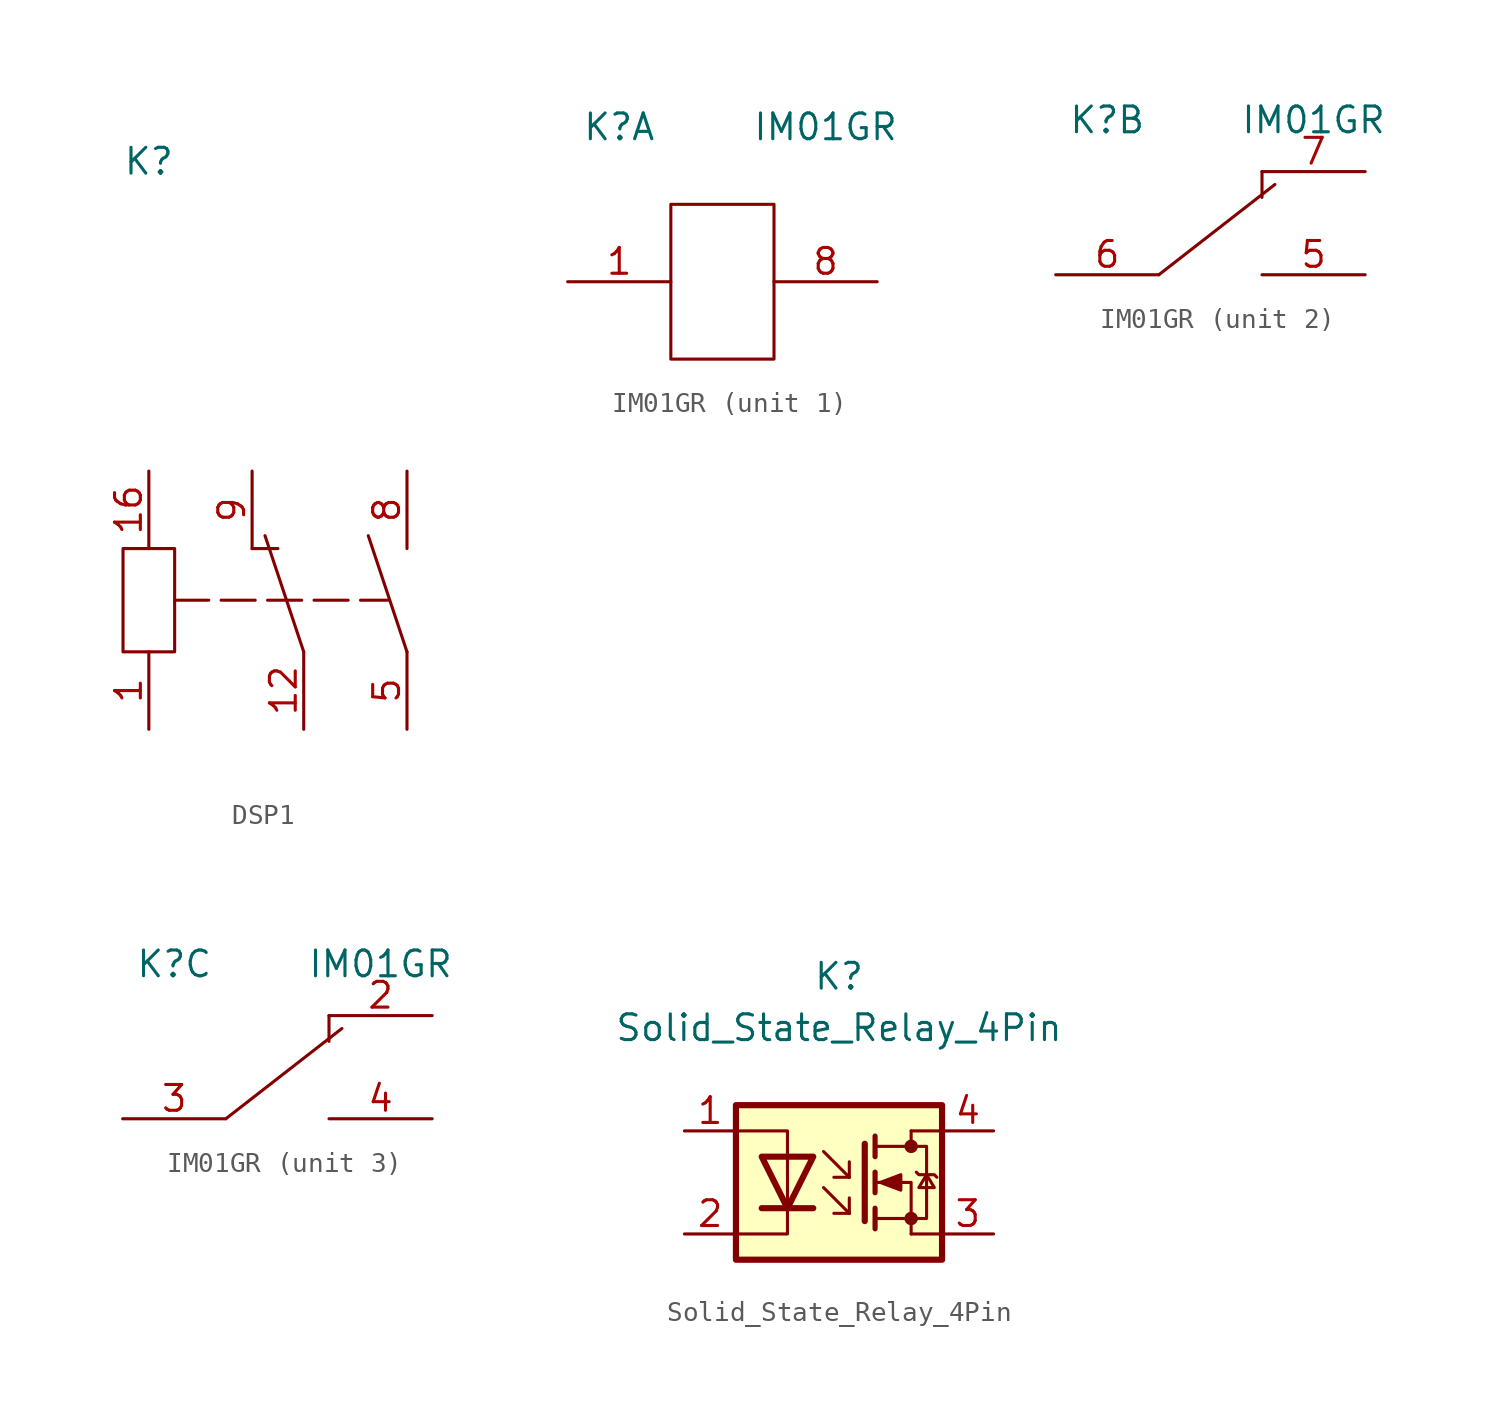
<source format=kicad_sym>
(kicad_symbol_lib
  (version 20220914)
  (generator kicad_symbol_editor)
  (symbol "DSP1"
    (pin_names
      (offset 1.016) hide)
    (property "Reference" "K"
      (at 0 20.32 0)
      (effects (font (size 1.27 1.27))))
    (property "Value" ""
      (at 0 20.32 0)
      (effects (font (size 1.27 1.27))))
    (symbol "DSP1_1_1"
      (polyline (pts (xy 1.27 -1.27) (xy 11.811 -1.27)) (stroke (width 0) (type dash)) (fill (type none)))
      (polyline (pts (xy 6.35 1.27) (xy 5.08 1.27)) (stroke (width 0) (type default)) (fill (type none)))
      (polyline (pts (xy 7.62 -3.81) (xy 5.715 1.905)) (stroke (width 0) (type default)) (fill (type none)))
      (polyline (pts (xy 12.7 -3.81) (xy 10.795 1.905)) (stroke (width 0) (type default)) (fill (type none)))
      (polyline (pts (xy -1.27 -3.81) (xy 1.27 -3.81) (xy 1.27 1.27) (xy -1.27 1.27) (xy -1.27 -3.81)) (stroke (width 0) (type default)) (fill (type none)))
      (pin passive line (at 0 -7.62 90) (length 3.81) (name "1" (effects (font (size 1.27 1.27)))) (number "1" (effects (font (size 1.27 1.27)))))
      (pin passive line (at 7.62 -7.62 90) (length 3.81) (name "12" (effects (font (size 1.27 1.27)))) (number "12" (effects (font (size 1.27 1.27)))))
      (pin passive line (at 0 5.08 270) (length 3.81) (name "16" (effects (font (size 1.27 1.27)))) (number "16" (effects (font (size 1.27 1.27)))))
      (pin passive line (at 12.7 -7.62 90) (length 3.81) (name "5" (effects (font (size 1.27 1.27)))) (number "5" (effects (font (size 1.27 1.27)))))
      (pin passive line (at 12.7 5.08 270) (length 3.81) (name "8" (effects (font (size 1.27 1.27)))) (number "8" (effects (font (size 1.27 1.27)))))
      (pin passive line (at 5.08 5.08 270) (length 3.81) (name "9" (effects (font (size 1.27 1.27)))) (number "9" (effects (font (size 1.27 1.27)))))))
  (symbol "IM01GR"
    (pin_names
      (offset 1.016) hide)
    (property "Reference" "K"
      (at 2.54 7.62 0)
      (effects (font (size 1.27 1.27))))
    (property "Value" "IM01GR"
      (at 12.7 7.62 0)
      (effects (font (size 1.27 1.27))))
    (property "ki_locked" ""
      (at 0 0 0)
      (effects (font (size 1.27 1.27))))
    (symbol "IM01GR_1_1"
      (polyline (pts (xy 5.08 3.81) (xy 5.08 -3.81) (xy 10.16 -3.81) (xy 10.16 3.81) (xy 5.08 3.81)) (stroke (width 0) (type default)) (fill (type none)))
      (pin passive line (at 0 0 0) (length 5.08) (name "1" (effects (font (size 1.27 1.27)))) (number "1" (effects (font (size 1.27 1.27)))))
      (pin passive line (at 15.24 0 180) (length 5.08) (name "8" (effects (font (size 1.27 1.27)))) (number "8" (effects (font (size 1.27 1.27))))))
    (symbol "IM01GR_2_1"
      (polyline (pts (xy 5.08 0) (xy 10.795 4.445)) (stroke (width 0) (type default)) (fill (type none)))
      (polyline (pts (xy 10.16 3.81) (xy 10.16 5.08)) (stroke (width 0) (type default)) (fill (type none)))
      (pin passive line (at 15.24 0 180) (length 5.08) (name "5" (effects (font (size 1.27 1.27)))) (number "5" (effects (font (size 1.27 1.27)))))
      (pin passive line (at 0 0 0) (length 5.08) (name "6" (effects (font (size 1.27 1.27)))) (number "6" (effects (font (size 1.27 1.27)))))
      (pin passive line (at 15.24 5.08 180) (length 5.08) (name "7" (effects (font (size 1.27 1.27)))) (number "7" (effects (font (size 1.27 1.27))))))
    (symbol "IM01GR_3_1"
      (polyline (pts (xy 5.08 0) (xy 10.795 4.445)) (stroke (width 0) (type default)) (fill (type none)))
      (polyline (pts (xy 10.16 3.81) (xy 10.16 5.08)) (stroke (width 0) (type default)) (fill (type none)))
      (pin passive line (at 15.24 5.08 180) (length 5.08) (name "2" (effects (font (size 1.27 1.27)))) (number "2" (effects (font (size 1.27 1.27)))))
      (pin passive line (at 0 0 0) (length 5.08) (name "3" (effects (font (size 1.27 1.27)))) (number "3" (effects (font (size 1.27 1.27)))))
      (pin passive line (at 15.24 0 180) (length 5.08) (name "4" (effects (font (size 1.27 1.27)))) (number "4" (effects (font (size 1.27 1.27)))))))
  (symbol "Solid_State_Relay_4Pin"
    (pin_names
      (offset 1.016) hide)
    (property "Reference" "K"
      (at 0 10.16 0)
      (effects (font (size 1.27 1.27))))
    (property "Value" "Solid_State_Relay_4Pin"
      (at 0 7.62 0)
      (effects (font (size 1.27 1.27))))
    (symbol "Solid_State_Relay_4Pin_1_1"
      (rectangle (start -5.08 3.81) (end 5.08 -3.81) (stroke (width 0.305) (type default)) (fill (type background)))
      (polyline (pts (xy -3.81 -1.27) (xy -1.27 -1.27)) (stroke (width 0.305) (type default)) (fill (type none)))
      (polyline (pts (xy -0.762 -0.254) (xy 0.508 -1.524)) (stroke (width 0) (type default)) (fill (type none)))
      (polyline (pts (xy -0.762 1.524) (xy 0.508 0.254)) (stroke (width 0) (type default)) (fill (type none)))
      (polyline (pts (xy 0.508 -1.524) (xy -0.254 -1.524)) (stroke (width 0) (type default)) (fill (type none)))
      (polyline (pts (xy 0.508 -1.524) (xy 0.508 -0.762)) (stroke (width 0) (type default)) (fill (type none)))
      (polyline (pts (xy 0.508 0.254) (xy -0.254 0.254)) (stroke (width 0) (type default)) (fill (type none)))
      (polyline (pts (xy 0.508 0.254) (xy 0.508 1.016)) (stroke (width 0) (type default)) (fill (type none)))
      (polyline (pts (xy 1.27 1.905) (xy 1.27 -1.905)) (stroke (width 0.305) (type default)) (fill (type none)))
      (polyline (pts (xy 1.778 -1.27) (xy 1.778 -2.286)) (stroke (width 0.254) (type default)) (fill (type none)))
      (polyline (pts (xy 1.778 0.508) (xy 1.778 -0.508)) (stroke (width 0.254) (type default)) (fill (type none)))
      (polyline (pts (xy 1.778 2.286) (xy 1.778 1.27)) (stroke (width 0.254) (type default)) (fill (type none)))
      (polyline (pts (xy 3.556 2.54) (xy 3.556 1.778)) (stroke (width 0) (type default)) (fill (type none)))
      (polyline (pts (xy 3.556 2.54) (xy 5.08 2.54)) (stroke (width 0) (type default)) (fill (type none)))
      (polyline (pts (xy 5.08 -2.54) (xy 3.556 -2.54)) (stroke (width 0) (type default)) (fill (type none)))
      (polyline (pts (xy 3.556 -2.54) (xy 3.556 0) (xy 1.778 0)) (stroke (width 0) (type default)) (fill (type none)))
      (polyline (pts (xy -5.08 2.54) (xy -2.54 2.54) (xy -2.54 -2.54) (xy -5.08 -2.54)) (stroke (width 0) (type default)) (fill (type none)))
      (polyline (pts (xy -3.81 1.27) (xy -1.27 1.27) (xy -2.54 -1.27) (xy -3.81 1.27)) (stroke (width 0.305) (type default)) (fill (type none)))
      (polyline (pts (xy 1.778 -1.778) (xy 4.318 -1.778) (xy 4.318 1.778) (xy 1.778 1.778)) (stroke (width 0) (type default)) (fill (type none)))
      (polyline (pts (xy 2.032 0) (xy 3.048 0.381) (xy 3.048 -0.381) (xy 2.032 0)) (stroke (width 0) (type default)) (fill (type outline)))
      (polyline (pts (xy 3.81 0.508) (xy 3.937 0.381) (xy 4.699 0.381) (xy 4.826 0.254)) (stroke (width 0) (type default)) (fill (type none)))
      (polyline (pts (xy 4.318 0.381) (xy 3.937 -0.254) (xy 4.699 -0.254) (xy 4.318 0.381)) (stroke (width 0) (type default)) (fill (type none)))
      (circle (center 3.556 -1.778) (radius 0.254) (stroke (width 0) (type default)) (fill (type outline)))
      (circle (center 3.556 1.778) (radius 0.254) (stroke (width 0) (type default)) (fill (type outline)))
      (pin passive line (at -7.62 2.54 0) (length 2.54) (name "1" (effects (font (size 1.27 1.27)))) (number "1" (effects (font (size 1.27 1.27)))))
      (pin passive line (at -7.62 -2.54 0) (length 2.54) (name "2" (effects (font (size 1.27 1.27)))) (number "2" (effects (font (size 1.27 1.27)))))
      (pin passive line (at 7.62 -2.54 180) (length 2.54) (name "3" (effects (font (size 1.27 1.27)))) (number "3" (effects (font (size 1.27 1.27)))))
      (pin passive line (at 7.62 2.54 180) (length 2.54) (name "4" (effects (font (size 1.27 1.27)))) (number "4" (effects (font (size 1.27 1.27))))))))
</source>
